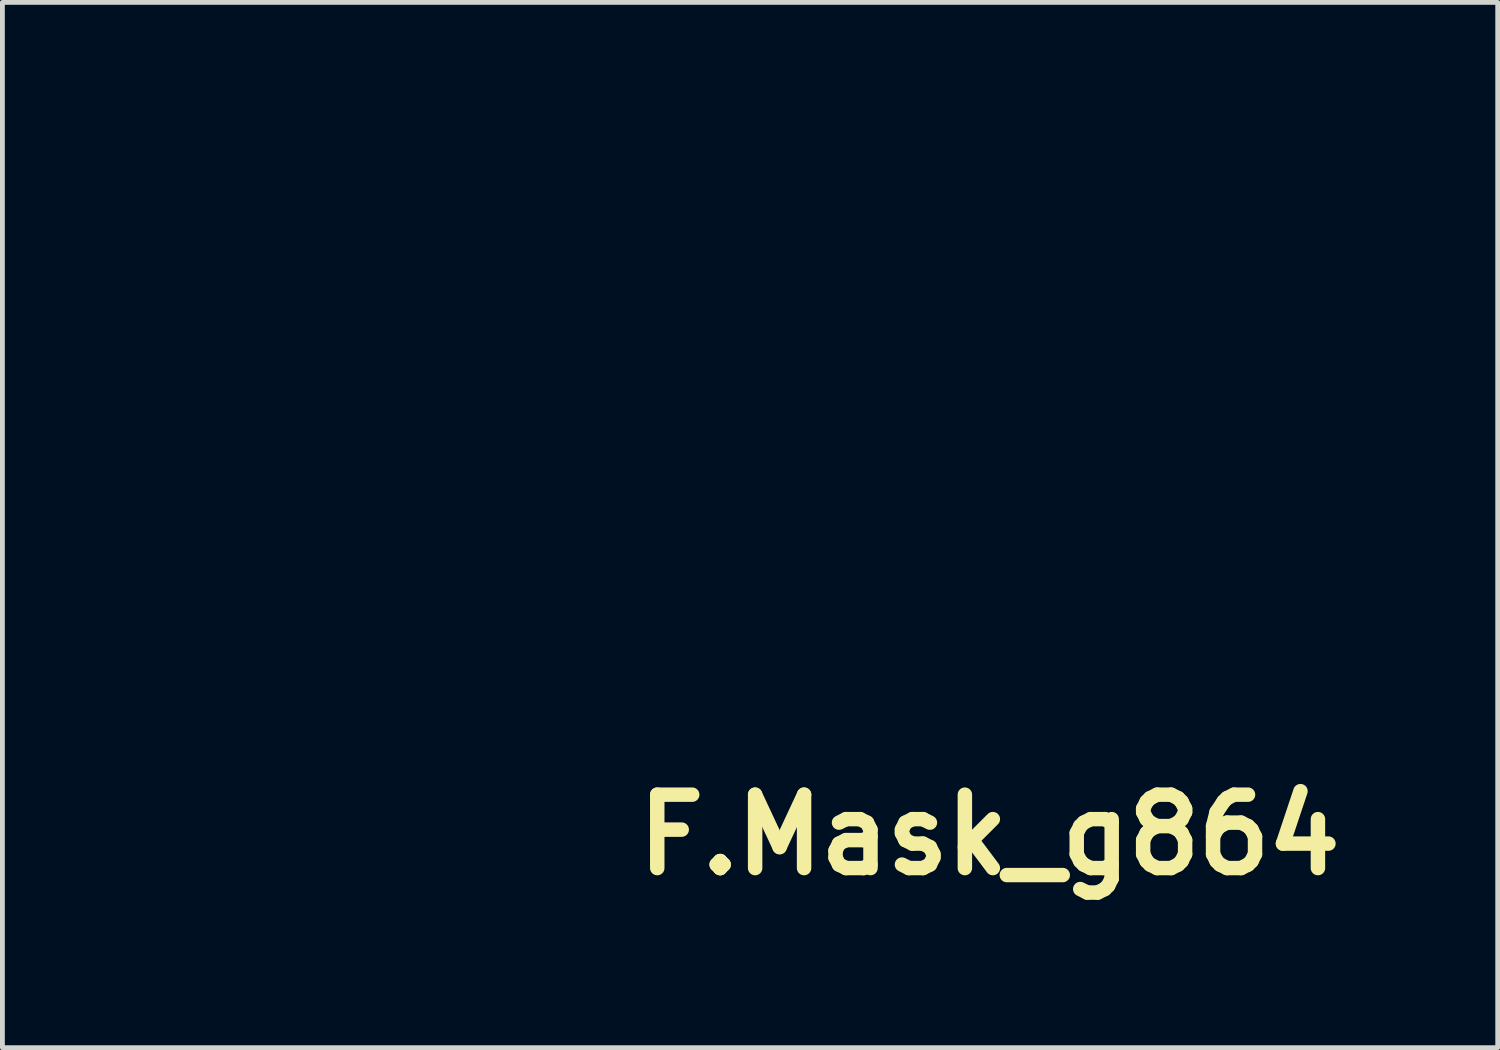
<source format=kicad_pcb>
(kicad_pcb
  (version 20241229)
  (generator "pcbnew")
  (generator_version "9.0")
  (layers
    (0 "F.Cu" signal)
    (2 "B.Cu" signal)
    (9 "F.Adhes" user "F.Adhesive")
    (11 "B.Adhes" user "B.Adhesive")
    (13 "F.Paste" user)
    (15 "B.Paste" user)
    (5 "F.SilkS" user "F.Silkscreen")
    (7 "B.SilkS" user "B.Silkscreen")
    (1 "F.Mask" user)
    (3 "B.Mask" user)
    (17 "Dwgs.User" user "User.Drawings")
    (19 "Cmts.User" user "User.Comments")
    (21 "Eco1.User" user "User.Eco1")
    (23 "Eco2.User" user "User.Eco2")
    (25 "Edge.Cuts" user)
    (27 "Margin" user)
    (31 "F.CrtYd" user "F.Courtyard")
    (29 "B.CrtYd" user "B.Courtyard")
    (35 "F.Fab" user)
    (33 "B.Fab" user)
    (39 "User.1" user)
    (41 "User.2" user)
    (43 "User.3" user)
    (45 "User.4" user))
  (footprint "F.Mask_g864"
    (layer "F.Cu")
    (at 17.489 14.282)
    (property "Reference" "F.Mask_g864" (at 0 0 0) (layer "F.SilkS") (effects (font (size 1.524 1.524) (thickness 0.3))))
    (attr through_hole)
    (fp_poly (pts (xy -16.347 -14.252) (xy -16.171 -14.196) (xy -16.017 -14.11) (xy -15.888 -13.997) (xy -15.789 -13.857) (xy -15.765 -13.808) (xy -15.729 -13.694) (xy -15.71 -13.557) (xy -15.708 -13.412) (xy -15.722 -13.276) (xy -15.748 -13.181) (xy -15.821 -13.041) (xy -15.929 -12.912) (xy -16.063 -12.801) (xy -16.214 -12.714) (xy -16.348 -12.666) (xy -16.454 -12.648) (xy -16.585 -12.64) (xy -16.724 -12.642) (xy -16.857 -12.655) (xy -16.943 -12.67) (xy -17.11 -12.729) (xy -17.246 -12.816) (xy -17.352 -12.932) (xy -17.426 -13.077) (xy -17.47 -13.251) (xy -17.484 -13.441) (xy -17.474 -13.617) (xy -17.444 -13.762) (xy -17.391 -13.886) (xy -17.31 -13.996) (xy -17.275 -14.034) (xy -17.166 -14.126) (xy -17.045 -14.194) (xy -16.903 -14.24) (xy -16.748 -14.267) (xy -16.541 -14.276) (xy -16.347 -14.252)) (stroke (width 0.01) (type solid)) (fill yes) (layer "F.Mask"))
    (fp_poly (pts (xy -8.234 -14.269) (xy -8.059 -14.235) (xy -7.899 -14.174) (xy -7.759 -14.09) (xy -7.646 -13.982) (xy -7.564 -13.854) (xy -7.557 -13.839) (xy -7.503 -13.665) (xy -7.482 -13.476) (xy -7.492 -13.285) (xy -7.534 -13.102) (xy -7.559 -13.038) (xy -7.627 -12.925) (xy -7.727 -12.822) (xy -7.847 -12.739) (xy -7.928 -12.701) (xy -8.041 -12.669) (xy -8.179 -12.649) (xy -8.327 -12.641) (xy -8.472 -12.644) (xy -8.599 -12.66) (xy -8.661 -12.676) (xy -8.846 -12.757) (xy -9.002 -12.868) (xy -9.126 -13.006) (xy -9.204 -13.141) (xy -9.231 -13.203) (xy -9.248 -13.261) (xy -9.257 -13.326) (xy -9.26 -13.413) (xy -9.26 -13.473) (xy -9.258 -13.576) (xy -9.252 -13.652) (xy -9.239 -13.713) (xy -9.217 -13.775) (xy -9.198 -13.817) (xy -9.117 -13.951) (xy -9.007 -14.069) (xy -8.879 -14.161) (xy -8.793 -14.202) (xy -8.607 -14.254) (xy -8.418 -14.277) (xy -8.234 -14.269)) (stroke (width 0.01) (type solid)) (fill yes) (layer "F.Mask")))
  (gr_rect
    (start -3 -3)
    (end 28.043 18.7)
    (stroke (width 0.1) (type default))
    (fill no)
    (layer "Edge.Cuts")))
</source>
